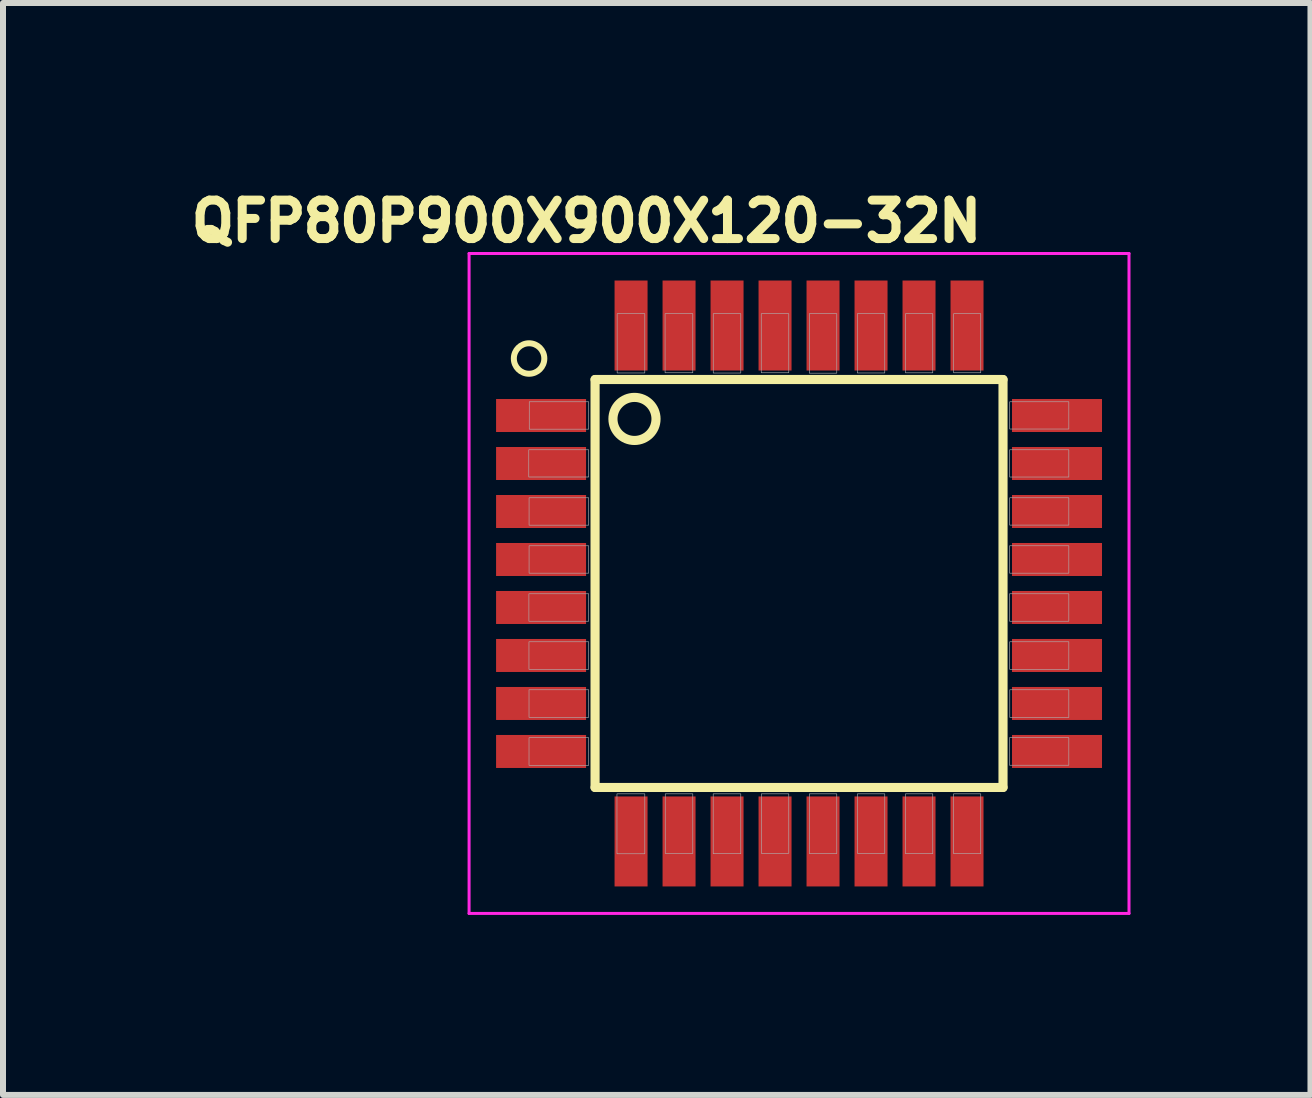
<source format=kicad_pcb>
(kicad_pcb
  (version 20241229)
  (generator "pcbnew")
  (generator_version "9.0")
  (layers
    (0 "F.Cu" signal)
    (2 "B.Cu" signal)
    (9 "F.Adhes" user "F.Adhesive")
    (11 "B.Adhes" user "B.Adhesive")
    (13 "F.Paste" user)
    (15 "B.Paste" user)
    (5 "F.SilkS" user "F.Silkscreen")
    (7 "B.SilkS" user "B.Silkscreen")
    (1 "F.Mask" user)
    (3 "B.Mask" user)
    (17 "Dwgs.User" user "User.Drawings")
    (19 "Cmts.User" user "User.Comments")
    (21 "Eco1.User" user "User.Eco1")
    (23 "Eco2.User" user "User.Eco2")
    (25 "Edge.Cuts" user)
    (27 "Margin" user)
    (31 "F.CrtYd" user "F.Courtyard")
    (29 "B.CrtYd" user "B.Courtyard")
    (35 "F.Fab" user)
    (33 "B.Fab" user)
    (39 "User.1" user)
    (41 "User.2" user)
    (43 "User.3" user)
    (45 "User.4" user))
  (footprint "QFP80P900X900X120-32N"
    (layer "F.Cu")
    (at 10.269 6.676)
    (property "Reference" "QFP80P900X900X120-32N" (at -3.543 -6.038 0) (layer "F.SilkS") (effects (font (size 0.641 0.641) (thickness 0.15))))
    (attr through_hole)
    (fp_line (start -3.4 -3.4) (end 3.4 -3.4) (stroke (width 0.152) (type solid)) (layer "F.SilkS"))
    (fp_line (start -3.4 3.4) (end -3.4 -3.4) (stroke (width 0.152) (type solid)) (layer "F.SilkS"))
    (fp_line (start 3.4 -3.4) (end 3.4 3.4) (stroke (width 0.152) (type solid)) (layer "F.SilkS"))
    (fp_line (start 3.4 3.4) (end -3.4 3.4) (stroke (width 0.152) (type solid)) (layer "F.SilkS"))
    (fp_circle (center -4.5 -3.75) (end -4.246 -3.75) (stroke (width 0.1) (type solid)) (fill no) (layer "F.SilkS"))
    (fp_circle (center -2.743 -2.743) (end -2.384 -2.743) (stroke (width 0.152) (type solid)) (fill no) (layer "F.SilkS"))
    (fp_line (start -5.5 -5.5) (end -5.5 5.5) (stroke (width 0.05) (type solid)) (layer "F.CrtYd"))
    (fp_line (start -5.5 5.5) (end 5.5 5.5) (stroke (width 0.05) (type solid)) (layer "F.CrtYd"))
    (fp_line (start 5.5 -5.5) (end -5.5 -5.5) (stroke (width 0.05) (type solid)) (layer "F.CrtYd"))
    (fp_line (start 5.5 5.5) (end 5.5 -5.5) (stroke (width 0.05) (type solid)) (layer "F.CrtYd"))
    (fp_poly (pts (xy -4.505 -2.229) (xy -3.506 -2.229) (xy -3.506 -1.775) (xy -4.505 -1.775)) (stroke (width 0.01) (type solid)) (fill no) (layer "F.Fab"))
    (fp_poly (pts (xy -4.503 0.171) (xy -3.506 0.171) (xy -3.506 0.629) (xy -4.503 0.629)) (stroke (width 0.01) (type solid)) (fill no) (layer "F.Fab"))
    (fp_poly (pts (xy -4.502 0.971) (xy -3.506 0.971) (xy -3.506 1.43) (xy -4.502 1.43)) (stroke (width 0.01) (type solid)) (fill no) (layer "F.Fab"))
    (fp_poly (pts (xy -4.501 1.771) (xy -3.506 1.771) (xy -3.506 2.231) (xy -4.501 2.231)) (stroke (width 0.01) (type solid)) (fill no) (layer "F.Fab"))
    (fp_poly (pts (xy -4.501 2.571) (xy -3.506 2.571) (xy -3.506 3.032) (xy -4.501 3.032)) (stroke (width 0.01) (type solid)) (fill no) (layer "F.Fab"))
    (fp_poly (pts (xy -4.5 -0.629) (xy -3.506 -0.629) (xy -3.506 -0.172) (xy -4.5 -0.172)) (stroke (width 0.01) (type solid)) (fill no) (layer "F.Fab"))
    (fp_poly (pts (xy -4.5 -1.429) (xy -3.506 -1.429) (xy -3.506 -0.972) (xy -4.5 -0.972)) (stroke (width 0.01) (type solid)) (fill no) (layer "F.Fab"))
    (fp_poly (pts (xy -4.497 -3.029) (xy -3.506 -3.029) (xy -3.506 -2.572) (xy -4.497 -2.572)) (stroke (width 0.01) (type solid)) (fill no) (layer "F.Fab"))
    (fp_poly (pts (xy -3.035 3.506) (xy -2.571 3.506) (xy -2.571 4.505) (xy -3.035 4.505)) (stroke (width 0.01) (type solid)) (fill no) (layer "F.Fab"))
    (fp_poly (pts (xy -3.032 -4.497) (xy -2.571 -4.497) (xy -2.571 -3.509) (xy -3.032 -3.509)) (stroke (width 0.01) (type solid)) (fill no) (layer "F.Fab"))
    (fp_poly (pts (xy -2.233 -4.497) (xy -1.771 -4.497) (xy -1.771 -3.512) (xy -2.233 -3.512)) (stroke (width 0.01) (type solid)) (fill no) (layer "F.Fab"))
    (fp_poly (pts (xy -2.23 3.506) (xy -1.771 3.506) (xy -1.771 4.5) (xy -2.23 4.5)) (stroke (width 0.01) (type solid)) (fill no) (layer "F.Fab"))
    (fp_poly (pts (xy -1.431 3.506) (xy -0.971 3.506) (xy -0.971 4.504) (xy -1.431 4.504)) (stroke (width 0.01) (type solid)) (fill no) (layer "F.Fab"))
    (fp_poly (pts (xy -1.43 -4.497) (xy -0.971 -4.497) (xy -0.971 -3.508) (xy -1.43 -3.508)) (stroke (width 0.01) (type solid)) (fill no) (layer "F.Fab"))
    (fp_poly (pts (xy -0.63 -4.497) (xy -0.171 -4.497) (xy -0.171 -3.513) (xy -0.63 -3.513)) (stroke (width 0.01) (type solid)) (fill no) (layer "F.Fab"))
    (fp_poly (pts (xy -0.629 3.506) (xy -0.171 3.506) (xy -0.171 4.498) (xy -0.629 4.498)) (stroke (width 0.01) (type solid)) (fill no) (layer "F.Fab"))
    (fp_poly (pts (xy 0.171 -4.497) (xy 0.629 -4.497) (xy 0.629 -3.506) (xy 0.171 -3.506)) (stroke (width 0.01) (type solid)) (fill no) (layer "F.Fab"))
    (fp_poly (pts (xy 0.172 3.506) (xy 0.629 3.506) (xy 0.629 4.502) (xy 0.172 4.502)) (stroke (width 0.01) (type solid)) (fill no) (layer "F.Fab"))
    (fp_poly (pts (xy 0.972 3.506) (xy 1.429 3.506) (xy 1.429 4.498) (xy 0.972 4.498)) (stroke (width 0.01) (type solid)) (fill no) (layer "F.Fab"))
    (fp_poly (pts (xy 0.972 -4.497) (xy 1.429 -4.497) (xy 1.429 -3.509) (xy 0.972 -3.509)) (stroke (width 0.01) (type solid)) (fill no) (layer "F.Fab"))
    (fp_poly (pts (xy 1.774 -4.497) (xy 2.229 -4.497) (xy 2.229 -3.511) (xy 1.774 -3.511)) (stroke (width 0.01) (type solid)) (fill no) (layer "F.Fab"))
    (fp_poly (pts (xy 1.774 3.506) (xy 2.229 3.506) (xy 2.229 4.504) (xy 1.774 4.504)) (stroke (width 0.01) (type solid)) (fill no) (layer "F.Fab"))
    (fp_poly (pts (xy 2.575 3.506) (xy 3.029 3.506) (xy 3.029 4.503) (xy 2.575 4.503)) (stroke (width 0.01) (type solid)) (fill no) (layer "F.Fab"))
    (fp_poly (pts (xy 2.576 -4.497) (xy 3.029 -4.497) (xy 3.029 -3.513) (xy 2.576 -3.513)) (stroke (width 0.01) (type solid)) (fill no) (layer "F.Fab"))
    (fp_poly (pts (xy 3.507 2.571) (xy 4.497 2.571) (xy 4.497 3.029) (xy 3.507 3.029)) (stroke (width 0.01) (type solid)) (fill no) (layer "F.Fab"))
    (fp_poly (pts (xy 3.509 -0.629) (xy 4.497 -0.629) (xy 4.497 -0.172) (xy 3.509 -0.172)) (stroke (width 0.01) (type solid)) (fill no) (layer "F.Fab"))
    (fp_poly (pts (xy 3.509 0.171) (xy 4.497 0.171) (xy 4.497 0.629) (xy 3.509 0.629)) (stroke (width 0.01) (type solid)) (fill no) (layer "F.Fab"))
    (fp_poly (pts (xy 3.511 -2.229) (xy 4.497 -2.229) (xy 4.497 -1.774) (xy 3.511 -1.774)) (stroke (width 0.01) (type solid)) (fill no) (layer "F.Fab"))
    (fp_poly (pts (xy 3.511 -1.429) (xy 4.497 -1.429) (xy 4.497 -0.973) (xy 3.511 -0.973)) (stroke (width 0.01) (type solid)) (fill no) (layer "F.Fab"))
    (fp_poly (pts (xy 3.511 0.971) (xy 4.497 0.971) (xy 4.497 1.431) (xy 3.511 1.431)) (stroke (width 0.01) (type solid)) (fill no) (layer "F.Fab"))
    (fp_poly (pts (xy 3.511 -3.029) (xy 4.497 -3.029) (xy 4.497 -2.575) (xy 3.511 -2.575)) (stroke (width 0.01) (type solid)) (fill no) (layer "F.Fab"))
    (fp_poly (pts (xy 3.513 1.771) (xy 4.497 1.771) (xy 4.497 2.233) (xy 3.513 2.233)) (stroke (width 0.01) (type solid)) (fill no) (layer "F.Fab"))
    (pad "1" smd rect (at -4.3 -2.8) (size 1.5 0.55) (layers "F.Cu" "F.Mask" "F.Paste"))
    (pad "2" smd rect (at -4.3 -2) (size 1.5 0.55) (layers "F.Cu" "F.Mask" "F.Paste"))
    (pad "3" smd rect (at -4.3 -1.2) (size 1.5 0.55) (layers "F.Cu" "F.Mask" "F.Paste"))
    (pad "4" smd rect (at -4.3 -0.4) (size 1.5 0.55) (layers "F.Cu" "F.Mask" "F.Paste"))
    (pad "5" smd rect (at -4.3 0.4) (size 1.5 0.55) (layers "F.Cu" "F.Mask" "F.Paste"))
    (pad "6" smd rect (at -4.3 1.2) (size 1.5 0.55) (layers "F.Cu" "F.Mask" "F.Paste"))
    (pad "7" smd rect (at -4.3 2) (size 1.5 0.55) (layers "F.Cu" "F.Mask" "F.Paste"))
    (pad "8" smd rect (at -4.3 2.8) (size 1.5 0.55) (layers "F.Cu" "F.Mask" "F.Paste"))
    (pad "9" smd rect (at -2.8 4.3) (size 0.55 1.5) (layers "F.Cu" "F.Mask" "F.Paste"))
    (pad "10" smd rect (at -2 4.3) (size 0.55 1.5) (layers "F.Cu" "F.Mask" "F.Paste"))
    (pad "11" smd rect (at -1.2 4.3) (size 0.55 1.5) (layers "F.Cu" "F.Mask" "F.Paste"))
    (pad "12" smd rect (at -0.4 4.3) (size 0.55 1.5) (layers "F.Cu" "F.Mask" "F.Paste"))
    (pad "13" smd rect (at 0.4 4.3) (size 0.55 1.5) (layers "F.Cu" "F.Mask" "F.Paste"))
    (pad "14" smd rect (at 1.2 4.3) (size 0.55 1.5) (layers "F.Cu" "F.Mask" "F.Paste"))
    (pad "15" smd rect (at 2 4.3) (size 0.55 1.5) (layers "F.Cu" "F.Mask" "F.Paste"))
    (pad "16" smd rect (at 2.8 4.3) (size 0.55 1.5) (layers "F.Cu" "F.Mask" "F.Paste"))
    (pad "17" smd rect (at 4.3 2.8) (size 1.5 0.55) (layers "F.Cu" "F.Mask" "F.Paste"))
    (pad "18" smd rect (at 4.3 2) (size 1.5 0.55) (layers "F.Cu" "F.Mask" "F.Paste"))
    (pad "19" smd rect (at 4.3 1.2) (size 1.5 0.55) (layers "F.Cu" "F.Mask" "F.Paste"))
    (pad "20" smd rect (at 4.3 0.4) (size 1.5 0.55) (layers "F.Cu" "F.Mask" "F.Paste"))
    (pad "21" smd rect (at 4.3 -0.4) (size 1.5 0.55) (layers "F.Cu" "F.Mask" "F.Paste"))
    (pad "22" smd rect (at 4.3 -1.2) (size 1.5 0.55) (layers "F.Cu" "F.Mask" "F.Paste"))
    (pad "23" smd rect (at 4.3 -2) (size 1.5 0.55) (layers "F.Cu" "F.Mask" "F.Paste"))
    (pad "24" smd rect (at 4.3 -2.8) (size 1.5 0.55) (layers "F.Cu" "F.Mask" "F.Paste"))
    (pad "25" smd rect (at 2.8 -4.3) (size 0.55 1.5) (layers "F.Cu" "F.Mask" "F.Paste"))
    (pad "26" smd rect (at 2 -4.3) (size 0.55 1.5) (layers "F.Cu" "F.Mask" "F.Paste"))
    (pad "27" smd rect (at 1.2 -4.3) (size 0.55 1.5) (layers "F.Cu" "F.Mask" "F.Paste"))
    (pad "28" smd rect (at 0.4 -4.3) (size 0.55 1.5) (layers "F.Cu" "F.Mask" "F.Paste"))
    (pad "29" smd rect (at -0.4 -4.3) (size 0.55 1.5) (layers "F.Cu" "F.Mask" "F.Paste"))
    (pad "30" smd rect (at -1.2 -4.3) (size 0.55 1.5) (layers "F.Cu" "F.Mask" "F.Paste"))
    (pad "31" smd rect (at -2 -4.3) (size 0.55 1.5) (layers "F.Cu" "F.Mask" "F.Paste"))
    (pad "32" smd rect (at -2.8 -4.3) (size 0.55 1.5) (layers "F.Cu" "F.Mask" "F.Paste")))
  (gr_rect
    (start -3 -3)
    (end 18.794 15.201)
    (stroke (width 0.1) (type default))
    (fill no)
    (layer "Edge.Cuts")))
</source>
